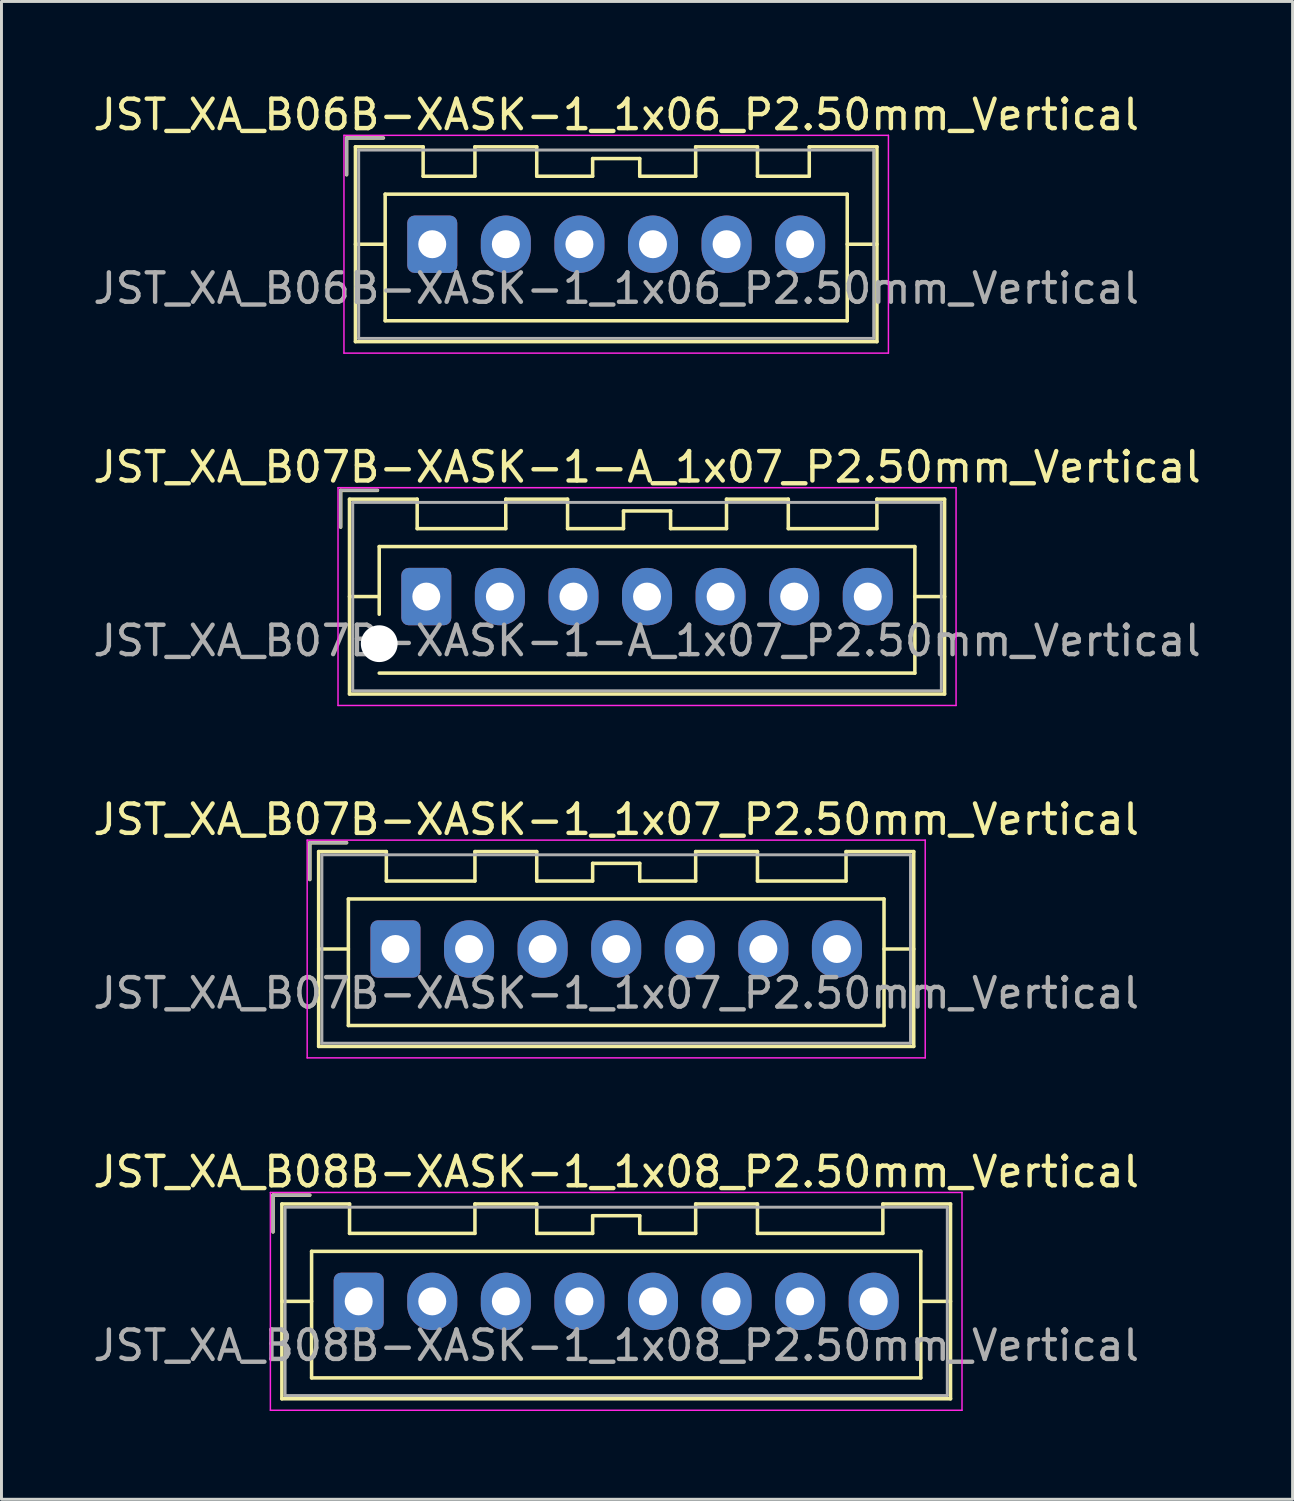
<source format=kicad_pcb>
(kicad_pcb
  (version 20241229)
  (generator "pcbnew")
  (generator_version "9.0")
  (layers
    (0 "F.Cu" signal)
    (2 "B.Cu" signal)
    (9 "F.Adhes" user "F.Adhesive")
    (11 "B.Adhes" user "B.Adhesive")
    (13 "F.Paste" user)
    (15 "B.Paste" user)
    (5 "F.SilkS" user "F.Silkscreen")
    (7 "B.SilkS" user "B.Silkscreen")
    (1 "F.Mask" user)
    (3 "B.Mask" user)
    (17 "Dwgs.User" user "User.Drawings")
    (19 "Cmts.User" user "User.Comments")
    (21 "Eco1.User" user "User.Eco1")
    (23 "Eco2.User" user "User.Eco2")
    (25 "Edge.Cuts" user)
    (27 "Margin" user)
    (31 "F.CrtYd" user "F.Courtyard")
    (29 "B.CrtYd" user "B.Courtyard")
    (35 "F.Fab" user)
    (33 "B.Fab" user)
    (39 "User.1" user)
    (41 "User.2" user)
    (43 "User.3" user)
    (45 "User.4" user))
  (footprint "JST_XA_B06B-XASK-1_1x06_P2.50mm_Vertical"
    (layer "F.Cu")
    (at 11.637 5.248)
    (property "Reference" "JST_XA_B06B-XASK-1_1x06_P2.50mm_Vertical" (at 6.25 -4.4 0) (layer "F.SilkS") (effects (font (size 1 1) (thickness 0.15))))
    (attr through_hole)
    (fp_line (start -2.91 -3.61) (end -2.91 -2.36) (stroke (width 0.12) (type solid)) (layer "F.SilkS"))
    (fp_line (start -2.61 -3.31) (end -2.61 3.31) (stroke (width 0.12) (type solid)) (layer "F.SilkS"))
    (fp_line (start -2.61 0) (end -1.6 0) (stroke (width 0.12) (type solid)) (layer "F.SilkS"))
    (fp_line (start -2.61 3.31) (end 15.11 3.31) (stroke (width 0.12) (type solid)) (layer "F.SilkS"))
    (fp_line (start -1.66 -3.61) (end -2.91 -3.61) (stroke (width 0.12) (type solid)) (layer "F.SilkS"))
    (fp_line (start -1.6 -1.7) (end -1.6 2.6) (stroke (width 0.12) (type solid)) (layer "F.SilkS"))
    (fp_line (start -1.6 2.6) (end 14.1 2.6) (stroke (width 0.12) (type solid)) (layer "F.SilkS"))
    (fp_line (start -0.31 -3.31) (end -2.61 -3.31) (stroke (width 0.12) (type solid)) (layer "F.SilkS"))
    (fp_line (start -0.31 -2.31) (end -0.31 -3.31) (stroke (width 0.12) (type solid)) (layer "F.SilkS"))
    (fp_line (start 1.45 -3.31) (end 1.45 -2.31) (stroke (width 0.12) (type solid)) (layer "F.SilkS"))
    (fp_line (start 1.45 -2.31) (end -0.31 -2.31) (stroke (width 0.12) (type solid)) (layer "F.SilkS"))
    (fp_line (start 3.55 -3.31) (end 1.45 -3.31) (stroke (width 0.12) (type solid)) (layer "F.SilkS"))
    (fp_line (start 3.55 -2.31) (end 3.55 -3.31) (stroke (width 0.12) (type solid)) (layer "F.SilkS"))
    (fp_line (start 5.45 -2.91) (end 5.45 -2.31) (stroke (width 0.12) (type solid)) (layer "F.SilkS"))
    (fp_line (start 5.45 -2.31) (end 3.55 -2.31) (stroke (width 0.12) (type solid)) (layer "F.SilkS"))
    (fp_line (start 7.05 -2.91) (end 5.45 -2.91) (stroke (width 0.12) (type solid)) (layer "F.SilkS"))
    (fp_line (start 7.05 -2.31) (end 7.05 -2.91) (stroke (width 0.12) (type solid)) (layer "F.SilkS"))
    (fp_line (start 8.95 -3.31) (end 8.95 -2.31) (stroke (width 0.12) (type solid)) (layer "F.SilkS"))
    (fp_line (start 8.95 -2.31) (end 7.05 -2.31) (stroke (width 0.12) (type solid)) (layer "F.SilkS"))
    (fp_line (start 11.05 -3.31) (end 8.95 -3.31) (stroke (width 0.12) (type solid)) (layer "F.SilkS"))
    (fp_line (start 11.05 -2.31) (end 11.05 -3.31) (stroke (width 0.12) (type solid)) (layer "F.SilkS"))
    (fp_line (start 12.81 -3.31) (end 12.81 -2.31) (stroke (width 0.12) (type solid)) (layer "F.SilkS"))
    (fp_line (start 12.81 -2.31) (end 11.05 -2.31) (stroke (width 0.12) (type solid)) (layer "F.SilkS"))
    (fp_line (start 14.1 -1.7) (end -1.6 -1.7) (stroke (width 0.12) (type solid)) (layer "F.SilkS"))
    (fp_line (start 14.1 2.6) (end 14.1 -1.7) (stroke (width 0.12) (type solid)) (layer "F.SilkS"))
    (fp_line (start 15.11 -3.31) (end 12.81 -3.31) (stroke (width 0.12) (type solid)) (layer "F.SilkS"))
    (fp_line (start 15.11 0) (end 14.1 0) (stroke (width 0.12) (type solid)) (layer "F.SilkS"))
    (fp_line (start 15.11 3.31) (end 15.11 -3.31) (stroke (width 0.12) (type solid)) (layer "F.SilkS"))
    (fp_line (start -3 -3.7) (end -3 3.7) (stroke (width 0.05) (type solid)) (layer "F.CrtYd"))
    (fp_line (start -3 3.7) (end 15.5 3.7) (stroke (width 0.05) (type solid)) (layer "F.CrtYd"))
    (fp_line (start 15.5 -3.7) (end -3 -3.7) (stroke (width 0.05) (type solid)) (layer "F.CrtYd"))
    (fp_line (start 15.5 3.7) (end 15.5 -3.7) (stroke (width 0.05) (type solid)) (layer "F.CrtYd"))
    (fp_line (start -2.91 -3.61) (end -2.91 -2.36) (stroke (width 0.1) (type solid)) (layer "F.Fab"))
    (fp_line (start -2.5 -3.2) (end -2.5 3.2) (stroke (width 0.1) (type solid)) (layer "F.Fab"))
    (fp_line (start -2.5 3.2) (end 15 3.2) (stroke (width 0.1) (type solid)) (layer "F.Fab"))
    (fp_line (start -1.66 -3.61) (end -2.91 -3.61) (stroke (width 0.1) (type solid)) (layer "F.Fab"))
    (fp_line (start 15 -3.2) (end -2.5 -3.2) (stroke (width 0.1) (type solid)) (layer "F.Fab"))
    (fp_line (start 15 3.2) (end 15 -3.2) (stroke (width 0.1) (type solid)) (layer "F.Fab"))
    (fp_text user "${REFERENCE}" (at 6.25 1.5 0) (layer "F.Fab") (effects (font (size 1 1) (thickness 0.15))))
    (pad "1" thru_hole roundrect (at 0 0) (size 1.7 1.95) (drill 0.95) (layers "*.Cu" "*.Mask") (roundrect_rratio 0.147))
    (pad "2" thru_hole oval (at 2.5 0) (size 1.7 1.95) (drill 0.95) (layers "*.Cu" "*.Mask"))
    (pad "3" thru_hole oval (at 5 0) (size 1.7 1.95) (drill 0.95) (layers "*.Cu" "*.Mask"))
    (pad "4" thru_hole oval (at 7.5 0) (size 1.7 1.95) (drill 0.95) (layers "*.Cu" "*.Mask"))
    (pad "5" thru_hole oval (at 10 0) (size 1.7 1.95) (drill 0.95) (layers "*.Cu" "*.Mask"))
    (pad "6" thru_hole oval (at 12.5 0) (size 1.7 1.95) (drill 0.95) (layers "*.Cu" "*.Mask")))
  (footprint "JST_XA_B07B-XASK-1-A_1x07_P2.50mm_Vertical"
    (layer "F.Cu")
    (at 11.435 17.221)
    (property "Reference" "JST_XA_B07B-XASK-1-A_1x07_P2.50mm_Vertical" (at 7.5 -4.4 0) (layer "F.SilkS") (effects (font (size 1 1) (thickness 0.15))))
    (attr through_hole)
    (fp_line (start -2.91 -3.61) (end -2.91 -2.36) (stroke (width 0.12) (type solid)) (layer "F.SilkS"))
    (fp_line (start -2.61 -3.31) (end -2.61 3.31) (stroke (width 0.12) (type solid)) (layer "F.SilkS"))
    (fp_line (start -2.61 0) (end -1.6 0) (stroke (width 0.12) (type solid)) (layer "F.SilkS"))
    (fp_line (start -2.61 3.31) (end 17.61 3.31) (stroke (width 0.12) (type solid)) (layer "F.SilkS"))
    (fp_line (start -1.66 -3.61) (end -2.91 -3.61) (stroke (width 0.12) (type solid)) (layer "F.SilkS"))
    (fp_line (start -1.6 -1.7) (end 16.6 -1.7) (stroke (width 0.12) (type solid)) (layer "F.SilkS"))
    (fp_line (start -1.6 0.6) (end -1.6 -1.7) (stroke (width 0.12) (type solid)) (layer "F.SilkS"))
    (fp_line (start -0.31 -3.31) (end -2.61 -3.31) (stroke (width 0.12) (type solid)) (layer "F.SilkS"))
    (fp_line (start -0.31 -2.31) (end -0.31 -3.31) (stroke (width 0.12) (type solid)) (layer "F.SilkS"))
    (fp_line (start 2.7 -3.31) (end 2.7 -2.31) (stroke (width 0.12) (type solid)) (layer "F.SilkS"))
    (fp_line (start 2.7 -2.31) (end -0.31 -2.31) (stroke (width 0.12) (type solid)) (layer "F.SilkS"))
    (fp_line (start 4.8 -3.31) (end 2.7 -3.31) (stroke (width 0.12) (type solid)) (layer "F.SilkS"))
    (fp_line (start 4.8 -2.31) (end 4.8 -3.31) (stroke (width 0.12) (type solid)) (layer "F.SilkS"))
    (fp_line (start 6.7 -2.91) (end 6.7 -2.31) (stroke (width 0.12) (type solid)) (layer "F.SilkS"))
    (fp_line (start 6.7 -2.31) (end 4.8 -2.31) (stroke (width 0.12) (type solid)) (layer "F.SilkS"))
    (fp_line (start 8.3 -2.91) (end 6.7 -2.91) (stroke (width 0.12) (type solid)) (layer "F.SilkS"))
    (fp_line (start 8.3 -2.31) (end 8.3 -2.91) (stroke (width 0.12) (type solid)) (layer "F.SilkS"))
    (fp_line (start 10.2 -3.31) (end 10.2 -2.31) (stroke (width 0.12) (type solid)) (layer "F.SilkS"))
    (fp_line (start 10.2 -2.31) (end 8.3 -2.31) (stroke (width 0.12) (type solid)) (layer "F.SilkS"))
    (fp_line (start 12.3 -3.31) (end 10.2 -3.31) (stroke (width 0.12) (type solid)) (layer "F.SilkS"))
    (fp_line (start 12.3 -2.31) (end 12.3 -3.31) (stroke (width 0.12) (type solid)) (layer "F.SilkS"))
    (fp_line (start 15.31 -3.31) (end 15.31 -2.31) (stroke (width 0.12) (type solid)) (layer "F.SilkS"))
    (fp_line (start 15.31 -2.31) (end 12.3 -2.31) (stroke (width 0.12) (type solid)) (layer "F.SilkS"))
    (fp_line (start 16.6 -1.7) (end 16.6 2.6) (stroke (width 0.12) (type solid)) (layer "F.SilkS"))
    (fp_line (start 16.6 2.6) (end -1.6 2.6) (stroke (width 0.12) (type solid)) (layer "F.SilkS"))
    (fp_line (start 17.61 -3.31) (end 15.31 -3.31) (stroke (width 0.12) (type solid)) (layer "F.SilkS"))
    (fp_line (start 17.61 0) (end 16.6 0) (stroke (width 0.12) (type solid)) (layer "F.SilkS"))
    (fp_line (start 17.61 3.31) (end 17.61 -3.31) (stroke (width 0.12) (type solid)) (layer "F.SilkS"))
    (fp_line (start -3 -3.7) (end -3 3.7) (stroke (width 0.05) (type solid)) (layer "F.CrtYd"))
    (fp_line (start -3 3.7) (end 18 3.7) (stroke (width 0.05) (type solid)) (layer "F.CrtYd"))
    (fp_line (start 18 -3.7) (end -3 -3.7) (stroke (width 0.05) (type solid)) (layer "F.CrtYd"))
    (fp_line (start 18 3.7) (end 18 -3.7) (stroke (width 0.05) (type solid)) (layer "F.CrtYd"))
    (fp_line (start -2.91 -3.61) (end -2.91 -2.36) (stroke (width 0.1) (type solid)) (layer "F.Fab"))
    (fp_line (start -2.5 -3.2) (end -2.5 3.2) (stroke (width 0.1) (type solid)) (layer "F.Fab"))
    (fp_line (start -2.5 3.2) (end 17.5 3.2) (stroke (width 0.1) (type solid)) (layer "F.Fab"))
    (fp_line (start -1.66 -3.61) (end -2.91 -3.61) (stroke (width 0.1) (type solid)) (layer "F.Fab"))
    (fp_line (start 17.5 -3.2) (end -2.5 -3.2) (stroke (width 0.1) (type solid)) (layer "F.Fab"))
    (fp_line (start 17.5 3.2) (end 17.5 -3.2) (stroke (width 0.1) (type solid)) (layer "F.Fab"))
    (fp_text user "${REFERENCE}" (at 7.5 1.5 0) (layer "F.Fab") (effects (font (size 1 1) (thickness 0.15))))
    (pad "" np_thru_hole circle (at -1.6 1.6) (size 1.25 1.25) (drill 1.25) (layers "*.Cu" "*.Mask"))
    (pad "1" thru_hole roundrect (at 0 0) (size 1.7 1.95) (drill 0.95) (layers "*.Cu" "*.Mask") (roundrect_rratio 0.147))
    (pad "2" thru_hole oval (at 2.5 0) (size 1.7 1.95) (drill 0.95) (layers "*.Cu" "*.Mask"))
    (pad "3" thru_hole oval (at 5 0) (size 1.7 1.95) (drill 0.95) (layers "*.Cu" "*.Mask"))
    (pad "4" thru_hole oval (at 7.5 0) (size 1.7 1.95) (drill 0.95) (layers "*.Cu" "*.Mask"))
    (pad "5" thru_hole oval (at 10 0) (size 1.7 1.95) (drill 0.95) (layers "*.Cu" "*.Mask"))
    (pad "6" thru_hole oval (at 12.5 0) (size 1.7 1.95) (drill 0.95) (layers "*.Cu" "*.Mask"))
    (pad "7" thru_hole oval (at 15 0) (size 1.7 1.95) (drill 0.95) (layers "*.Cu" "*.Mask")))
  (footprint "JST_XA_B07B-XASK-1_1x07_P2.50mm_Vertical"
    (layer "F.Cu")
    (at 10.387 29.195)
    (property "Reference" "JST_XA_B07B-XASK-1_1x07_P2.50mm_Vertical" (at 7.5 -4.4 0) (layer "F.SilkS") (effects (font (size 1 1) (thickness 0.15))))
    (attr through_hole)
    (fp_line (start -2.91 -3.61) (end -2.91 -2.36) (stroke (width 0.12) (type solid)) (layer "F.SilkS"))
    (fp_line (start -2.61 -3.31) (end -2.61 3.31) (stroke (width 0.12) (type solid)) (layer "F.SilkS"))
    (fp_line (start -2.61 0) (end -1.6 0) (stroke (width 0.12) (type solid)) (layer "F.SilkS"))
    (fp_line (start -2.61 3.31) (end 17.61 3.31) (stroke (width 0.12) (type solid)) (layer "F.SilkS"))
    (fp_line (start -1.66 -3.61) (end -2.91 -3.61) (stroke (width 0.12) (type solid)) (layer "F.SilkS"))
    (fp_line (start -1.6 -1.7) (end -1.6 2.6) (stroke (width 0.12) (type solid)) (layer "F.SilkS"))
    (fp_line (start -1.6 2.6) (end 16.6 2.6) (stroke (width 0.12) (type solid)) (layer "F.SilkS"))
    (fp_line (start -0.31 -3.31) (end -2.61 -3.31) (stroke (width 0.12) (type solid)) (layer "F.SilkS"))
    (fp_line (start -0.31 -2.31) (end -0.31 -3.31) (stroke (width 0.12) (type solid)) (layer "F.SilkS"))
    (fp_line (start 2.7 -3.31) (end 2.7 -2.31) (stroke (width 0.12) (type solid)) (layer "F.SilkS"))
    (fp_line (start 2.7 -2.31) (end -0.31 -2.31) (stroke (width 0.12) (type solid)) (layer "F.SilkS"))
    (fp_line (start 4.8 -3.31) (end 2.7 -3.31) (stroke (width 0.12) (type solid)) (layer "F.SilkS"))
    (fp_line (start 4.8 -2.31) (end 4.8 -3.31) (stroke (width 0.12) (type solid)) (layer "F.SilkS"))
    (fp_line (start 6.7 -2.91) (end 6.7 -2.31) (stroke (width 0.12) (type solid)) (layer "F.SilkS"))
    (fp_line (start 6.7 -2.31) (end 4.8 -2.31) (stroke (width 0.12) (type solid)) (layer "F.SilkS"))
    (fp_line (start 8.3 -2.91) (end 6.7 -2.91) (stroke (width 0.12) (type solid)) (layer "F.SilkS"))
    (fp_line (start 8.3 -2.31) (end 8.3 -2.91) (stroke (width 0.12) (type solid)) (layer "F.SilkS"))
    (fp_line (start 10.2 -3.31) (end 10.2 -2.31) (stroke (width 0.12) (type solid)) (layer "F.SilkS"))
    (fp_line (start 10.2 -2.31) (end 8.3 -2.31) (stroke (width 0.12) (type solid)) (layer "F.SilkS"))
    (fp_line (start 12.3 -3.31) (end 10.2 -3.31) (stroke (width 0.12) (type solid)) (layer "F.SilkS"))
    (fp_line (start 12.3 -2.31) (end 12.3 -3.31) (stroke (width 0.12) (type solid)) (layer "F.SilkS"))
    (fp_line (start 15.31 -3.31) (end 15.31 -2.31) (stroke (width 0.12) (type solid)) (layer "F.SilkS"))
    (fp_line (start 15.31 -2.31) (end 12.3 -2.31) (stroke (width 0.12) (type solid)) (layer "F.SilkS"))
    (fp_line (start 16.6 -1.7) (end -1.6 -1.7) (stroke (width 0.12) (type solid)) (layer "F.SilkS"))
    (fp_line (start 16.6 2.6) (end 16.6 -1.7) (stroke (width 0.12) (type solid)) (layer "F.SilkS"))
    (fp_line (start 17.61 -3.31) (end 15.31 -3.31) (stroke (width 0.12) (type solid)) (layer "F.SilkS"))
    (fp_line (start 17.61 0) (end 16.6 0) (stroke (width 0.12) (type solid)) (layer "F.SilkS"))
    (fp_line (start 17.61 3.31) (end 17.61 -3.31) (stroke (width 0.12) (type solid)) (layer "F.SilkS"))
    (fp_line (start -3 -3.7) (end -3 3.7) (stroke (width 0.05) (type solid)) (layer "F.CrtYd"))
    (fp_line (start -3 3.7) (end 18 3.7) (stroke (width 0.05) (type solid)) (layer "F.CrtYd"))
    (fp_line (start 18 -3.7) (end -3 -3.7) (stroke (width 0.05) (type solid)) (layer "F.CrtYd"))
    (fp_line (start 18 3.7) (end 18 -3.7) (stroke (width 0.05) (type solid)) (layer "F.CrtYd"))
    (fp_line (start -2.91 -3.61) (end -2.91 -2.36) (stroke (width 0.1) (type solid)) (layer "F.Fab"))
    (fp_line (start -2.5 -3.2) (end -2.5 3.2) (stroke (width 0.1) (type solid)) (layer "F.Fab"))
    (fp_line (start -2.5 3.2) (end 17.5 3.2) (stroke (width 0.1) (type solid)) (layer "F.Fab"))
    (fp_line (start -1.66 -3.61) (end -2.91 -3.61) (stroke (width 0.1) (type solid)) (layer "F.Fab"))
    (fp_line (start 17.5 -3.2) (end -2.5 -3.2) (stroke (width 0.1) (type solid)) (layer "F.Fab"))
    (fp_line (start 17.5 3.2) (end 17.5 -3.2) (stroke (width 0.1) (type solid)) (layer "F.Fab"))
    (fp_text user "${REFERENCE}" (at 7.5 1.5 0) (layer "F.Fab") (effects (font (size 1 1) (thickness 0.15))))
    (pad "1" thru_hole roundrect (at 0 0) (size 1.7 1.95) (drill 0.95) (layers "*.Cu" "*.Mask") (roundrect_rratio 0.147))
    (pad "2" thru_hole oval (at 2.5 0) (size 1.7 1.95) (drill 0.95) (layers "*.Cu" "*.Mask"))
    (pad "3" thru_hole oval (at 5 0) (size 1.7 1.95) (drill 0.95) (layers "*.Cu" "*.Mask"))
    (pad "4" thru_hole oval (at 7.5 0) (size 1.7 1.95) (drill 0.95) (layers "*.Cu" "*.Mask"))
    (pad "5" thru_hole oval (at 10 0) (size 1.7 1.95) (drill 0.95) (layers "*.Cu" "*.Mask"))
    (pad "6" thru_hole oval (at 12.5 0) (size 1.7 1.95) (drill 0.95) (layers "*.Cu" "*.Mask"))
    (pad "7" thru_hole oval (at 15 0) (size 1.7 1.95) (drill 0.95) (layers "*.Cu" "*.Mask")))
  (footprint "JST_XA_B08B-XASK-1_1x08_P2.50mm_Vertical"
    (layer "F.Cu")
    (at 9.137 41.168)
    (property "Reference" "JST_XA_B08B-XASK-1_1x08_P2.50mm_Vertical" (at 8.75 -4.4 0) (layer "F.SilkS") (effects (font (size 1 1) (thickness 0.15))))
    (attr through_hole)
    (fp_line (start -2.91 -3.61) (end -2.91 -2.36) (stroke (width 0.12) (type solid)) (layer "F.SilkS"))
    (fp_line (start -2.61 -3.31) (end -2.61 3.31) (stroke (width 0.12) (type solid)) (layer "F.SilkS"))
    (fp_line (start -2.61 0) (end -1.6 0) (stroke (width 0.12) (type solid)) (layer "F.SilkS"))
    (fp_line (start -2.61 3.31) (end 20.11 3.31) (stroke (width 0.12) (type solid)) (layer "F.SilkS"))
    (fp_line (start -1.66 -3.61) (end -2.91 -3.61) (stroke (width 0.12) (type solid)) (layer "F.SilkS"))
    (fp_line (start -1.6 -1.7) (end -1.6 2.6) (stroke (width 0.12) (type solid)) (layer "F.SilkS"))
    (fp_line (start -1.6 2.6) (end 19.1 2.6) (stroke (width 0.12) (type solid)) (layer "F.SilkS"))
    (fp_line (start -0.31 -3.31) (end -2.61 -3.31) (stroke (width 0.12) (type solid)) (layer "F.SilkS"))
    (fp_line (start -0.31 -2.31) (end -0.31 -3.31) (stroke (width 0.12) (type solid)) (layer "F.SilkS"))
    (fp_line (start 3.95 -3.31) (end 3.95 -2.31) (stroke (width 0.12) (type solid)) (layer "F.SilkS"))
    (fp_line (start 3.95 -2.31) (end -0.31 -2.31) (stroke (width 0.12) (type solid)) (layer "F.SilkS"))
    (fp_line (start 6.05 -3.31) (end 3.95 -3.31) (stroke (width 0.12) (type solid)) (layer "F.SilkS"))
    (fp_line (start 6.05 -2.31) (end 6.05 -3.31) (stroke (width 0.12) (type solid)) (layer "F.SilkS"))
    (fp_line (start 7.95 -2.91) (end 7.95 -2.31) (stroke (width 0.12) (type solid)) (layer "F.SilkS"))
    (fp_line (start 7.95 -2.31) (end 6.05 -2.31) (stroke (width 0.12) (type solid)) (layer "F.SilkS"))
    (fp_line (start 9.55 -2.91) (end 7.95 -2.91) (stroke (width 0.12) (type solid)) (layer "F.SilkS"))
    (fp_line (start 9.55 -2.31) (end 9.55 -2.91) (stroke (width 0.12) (type solid)) (layer "F.SilkS"))
    (fp_line (start 11.45 -3.31) (end 11.45 -2.31) (stroke (width 0.12) (type solid)) (layer "F.SilkS"))
    (fp_line (start 11.45 -2.31) (end 9.55 -2.31) (stroke (width 0.12) (type solid)) (layer "F.SilkS"))
    (fp_line (start 13.55 -3.31) (end 11.45 -3.31) (stroke (width 0.12) (type solid)) (layer "F.SilkS"))
    (fp_line (start 13.55 -2.31) (end 13.55 -3.31) (stroke (width 0.12) (type solid)) (layer "F.SilkS"))
    (fp_line (start 17.81 -3.31) (end 17.81 -2.31) (stroke (width 0.12) (type solid)) (layer "F.SilkS"))
    (fp_line (start 17.81 -2.31) (end 13.55 -2.31) (stroke (width 0.12) (type solid)) (layer "F.SilkS"))
    (fp_line (start 19.1 -1.7) (end -1.6 -1.7) (stroke (width 0.12) (type solid)) (layer "F.SilkS"))
    (fp_line (start 19.1 2.6) (end 19.1 -1.7) (stroke (width 0.12) (type solid)) (layer "F.SilkS"))
    (fp_line (start 20.11 -3.31) (end 17.81 -3.31) (stroke (width 0.12) (type solid)) (layer "F.SilkS"))
    (fp_line (start 20.11 0) (end 19.1 0) (stroke (width 0.12) (type solid)) (layer "F.SilkS"))
    (fp_line (start 20.11 3.31) (end 20.11 -3.31) (stroke (width 0.12) (type solid)) (layer "F.SilkS"))
    (fp_line (start -3 -3.7) (end -3 3.7) (stroke (width 0.05) (type solid)) (layer "F.CrtYd"))
    (fp_line (start -3 3.7) (end 20.5 3.7) (stroke (width 0.05) (type solid)) (layer "F.CrtYd"))
    (fp_line (start 20.5 -3.7) (end -3 -3.7) (stroke (width 0.05) (type solid)) (layer "F.CrtYd"))
    (fp_line (start 20.5 3.7) (end 20.5 -3.7) (stroke (width 0.05) (type solid)) (layer "F.CrtYd"))
    (fp_line (start -2.91 -3.61) (end -2.91 -2.36) (stroke (width 0.1) (type solid)) (layer "F.Fab"))
    (fp_line (start -2.5 -3.2) (end -2.5 3.2) (stroke (width 0.1) (type solid)) (layer "F.Fab"))
    (fp_line (start -2.5 3.2) (end 20 3.2) (stroke (width 0.1) (type solid)) (layer "F.Fab"))
    (fp_line (start -1.66 -3.61) (end -2.91 -3.61) (stroke (width 0.1) (type solid)) (layer "F.Fab"))
    (fp_line (start 20 -3.2) (end -2.5 -3.2) (stroke (width 0.1) (type solid)) (layer "F.Fab"))
    (fp_line (start 20 3.2) (end 20 -3.2) (stroke (width 0.1) (type solid)) (layer "F.Fab"))
    (fp_text user "${REFERENCE}" (at 8.75 1.5 0) (layer "F.Fab") (effects (font (size 1 1) (thickness 0.15))))
    (pad "1" thru_hole roundrect (at 0 0) (size 1.7 1.95) (drill 0.95) (layers "*.Cu" "*.Mask") (roundrect_rratio 0.147))
    (pad "2" thru_hole oval (at 2.5 0) (size 1.7 1.95) (drill 0.95) (layers "*.Cu" "*.Mask"))
    (pad "3" thru_hole oval (at 5 0) (size 1.7 1.95) (drill 0.95) (layers "*.Cu" "*.Mask"))
    (pad "4" thru_hole oval (at 7.5 0) (size 1.7 1.95) (drill 0.95) (layers "*.Cu" "*.Mask"))
    (pad "5" thru_hole oval (at 10 0) (size 1.7 1.95) (drill 0.95) (layers "*.Cu" "*.Mask"))
    (pad "6" thru_hole oval (at 12.5 0) (size 1.7 1.95) (drill 0.95) (layers "*.Cu" "*.Mask"))
    (pad "7" thru_hole oval (at 15 0) (size 1.7 1.95) (drill 0.95) (layers "*.Cu" "*.Mask"))
    (pad "8" thru_hole oval (at 17.5 0) (size 1.7 1.95) (drill 0.95) (layers "*.Cu" "*.Mask")))
  (gr_rect
    (start -3 -3)
    (end 40.869 47.893)
    (stroke (width 0.1) (type default))
    (fill no)
    (layer "Edge.Cuts")))
</source>
